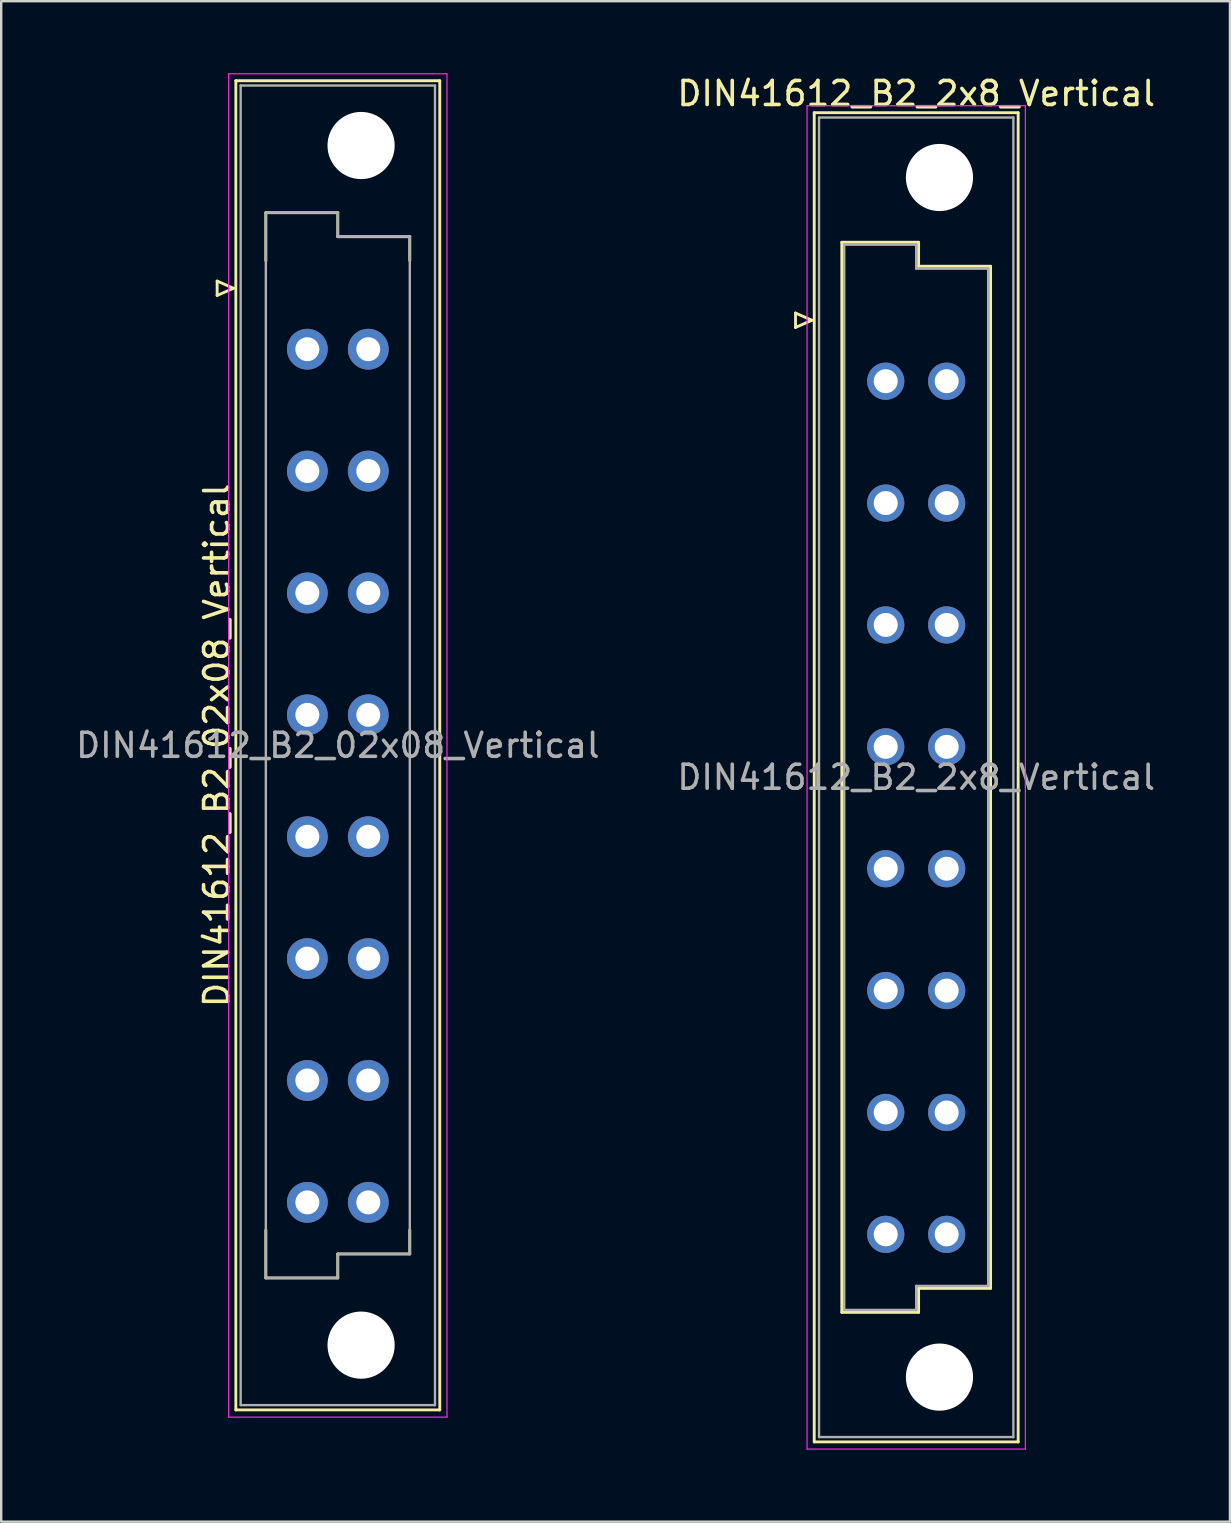
<source format=kicad_pcb>
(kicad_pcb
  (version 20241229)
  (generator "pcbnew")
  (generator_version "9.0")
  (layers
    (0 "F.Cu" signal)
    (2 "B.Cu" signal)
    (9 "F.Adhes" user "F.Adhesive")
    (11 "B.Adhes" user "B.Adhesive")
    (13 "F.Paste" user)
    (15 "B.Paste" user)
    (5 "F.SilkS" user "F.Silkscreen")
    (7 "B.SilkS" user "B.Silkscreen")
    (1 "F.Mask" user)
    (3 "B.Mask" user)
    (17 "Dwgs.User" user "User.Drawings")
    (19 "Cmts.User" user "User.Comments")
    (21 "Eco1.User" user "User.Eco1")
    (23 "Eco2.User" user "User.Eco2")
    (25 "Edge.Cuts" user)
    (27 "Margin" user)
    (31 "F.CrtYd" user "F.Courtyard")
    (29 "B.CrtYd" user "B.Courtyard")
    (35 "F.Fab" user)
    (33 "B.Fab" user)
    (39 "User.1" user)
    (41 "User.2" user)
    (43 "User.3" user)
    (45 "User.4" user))
  (footprint "DIN41612_B2_2x8_Vertical"
    (layer "F.Cu")
    (at 33.867 10.298)
    (property "Reference" "DIN41612_B2_2x8_Vertical" (at 1.27 -9.45 0) (layer "F.SilkS") (effects (font (size 1 1) (thickness 0.15))))
    (attr through_hole)
    (fp_line (start -3.76 -0.3) (end -3.76 0.3) (stroke (width 0.12) (type solid)) (layer "F.SilkS"))
    (fp_line (start -3.76 0.3) (end -3.08 0) (stroke (width 0.12) (type solid)) (layer "F.SilkS"))
    (fp_line (start -3.08 0) (end -3.76 -0.3) (stroke (width 0.12) (type solid)) (layer "F.SilkS"))
    (fp_line (start -2.98 -8.65) (end 5.52 -8.65) (stroke (width 0.12) (type solid)) (layer "F.SilkS"))
    (fp_line (start -2.98 46.75) (end -2.98 -8.65) (stroke (width 0.12) (type solid)) (layer "F.SilkS"))
    (fp_line (start -1.83 -3.25) (end 1.37 -3.25) (stroke (width 0.12) (type solid)) (layer "F.SilkS"))
    (fp_line (start -1.83 41.35) (end -1.83 -3.25) (stroke (width 0.12) (type solid)) (layer "F.SilkS"))
    (fp_line (start 1.37 -3.25) (end 1.37 -2.25) (stroke (width 0.12) (type solid)) (layer "F.SilkS"))
    (fp_line (start 1.37 -2.25) (end 4.37 -2.25) (stroke (width 0.12) (type solid)) (layer "F.SilkS"))
    (fp_line (start 1.37 40.35) (end 1.37 41.35) (stroke (width 0.12) (type solid)) (layer "F.SilkS"))
    (fp_line (start 1.37 41.35) (end -1.83 41.35) (stroke (width 0.12) (type solid)) (layer "F.SilkS"))
    (fp_line (start 4.37 -2.25) (end 4.37 40.35) (stroke (width 0.12) (type solid)) (layer "F.SilkS"))
    (fp_line (start 4.37 40.35) (end 1.37 40.35) (stroke (width 0.12) (type solid)) (layer "F.SilkS"))
    (fp_line (start 5.52 -8.65) (end 5.52 46.75) (stroke (width 0.12) (type solid)) (layer "F.SilkS"))
    (fp_line (start 5.52 46.75) (end -2.98 46.75) (stroke (width 0.12) (type solid)) (layer "F.SilkS"))
    (fp_line (start -3.28 -8.94) (end 5.82 -8.94) (stroke (width 0.05) (type solid)) (layer "F.CrtYd"))
    (fp_line (start -3.28 47.05) (end -3.28 -8.94) (stroke (width 0.05) (type solid)) (layer "F.CrtYd"))
    (fp_line (start 5.82 -8.94) (end 5.82 47.05) (stroke (width 0.05) (type solid)) (layer "F.CrtYd"))
    (fp_line (start 5.82 47.05) (end -3.28 47.05) (stroke (width 0.05) (type solid)) (layer "F.CrtYd"))
    (fp_line (start -2.78 -8.45) (end 5.32 -8.45) (stroke (width 0.1) (type solid)) (layer "F.Fab"))
    (fp_line (start -2.78 46.55) (end -2.78 -8.45) (stroke (width 0.1) (type solid)) (layer "F.Fab"))
    (fp_line (start -1.73 -3.15) (end 1.27 -3.15) (stroke (width 0.1) (type solid)) (layer "F.Fab"))
    (fp_line (start -1.73 41.25) (end -1.73 -3.15) (stroke (width 0.1) (type solid)) (layer "F.Fab"))
    (fp_line (start 1.27 -3.15) (end 1.27 -2.15) (stroke (width 0.1) (type solid)) (layer "F.Fab"))
    (fp_line (start 1.27 -2.15) (end 4.27 -2.15) (stroke (width 0.1) (type solid)) (layer "F.Fab"))
    (fp_line (start 1.27 40.25) (end 1.27 41.25) (stroke (width 0.1) (type solid)) (layer "F.Fab"))
    (fp_line (start 1.27 41.25) (end -1.73 41.25) (stroke (width 0.1) (type solid)) (layer "F.Fab"))
    (fp_line (start 4.27 -2.15) (end 4.27 40.25) (stroke (width 0.1) (type solid)) (layer "F.Fab"))
    (fp_line (start 4.27 40.25) (end 1.27 40.25) (stroke (width 0.1) (type solid)) (layer "F.Fab"))
    (fp_line (start 5.32 -8.45) (end 5.32 46.55) (stroke (width 0.1) (type solid)) (layer "F.Fab"))
    (fp_line (start 5.32 46.55) (end -2.78 46.55) (stroke (width 0.1) (type solid)) (layer "F.Fab"))
    (fp_text user "${REFERENCE}" (at 1.27 19.05 0) (layer "F.Fab") (effects (font (size 1 1) (thickness 0.15))))
    (pad "" np_thru_hole circle (at 2.24 -5.95) (size 2.8 2.8) (drill 2.8) (layers "*.Cu" "*.Mask"))
    (pad "" np_thru_hole circle (at 2.24 44.05) (size 2.8 2.8) (drill 2.8) (layers "*.Cu" "*.Mask"))
    (pad "a2" thru_hole circle (at 0 2.54) (size 1.55 1.55) (drill 1) (layers "*.Cu" "*.Mask"))
    (pad "a4" thru_hole circle (at 0 7.62) (size 1.55 1.55) (drill 1) (layers "*.Cu" "*.Mask"))
    (pad "a6" thru_hole circle (at 0 12.7) (size 1.55 1.55) (drill 1) (layers "*.Cu" "*.Mask"))
    (pad "a8" thru_hole circle (at 0 17.78) (size 1.55 1.55) (drill 1) (layers "*.Cu" "*.Mask"))
    (pad "a10" thru_hole circle (at 0 22.86) (size 1.55 1.55) (drill 1) (layers "*.Cu" "*.Mask"))
    (pad "a12" thru_hole circle (at 0 27.94) (size 1.55 1.55) (drill 1) (layers "*.Cu" "*.Mask"))
    (pad "a14" thru_hole circle (at 0 33.02) (size 1.55 1.55) (drill 1) (layers "*.Cu" "*.Mask"))
    (pad "a16" thru_hole circle (at 0 38.1) (size 1.55 1.55) (drill 1) (layers "*.Cu" "*.Mask"))
    (pad "b2" thru_hole circle (at 2.54 2.54) (size 1.55 1.55) (drill 1) (layers "*.Cu" "*.Mask"))
    (pad "b4" thru_hole circle (at 2.54 7.62) (size 1.55 1.55) (drill 1) (layers "*.Cu" "*.Mask"))
    (pad "b6" thru_hole circle (at 2.54 12.7) (size 1.55 1.55) (drill 1) (layers "*.Cu" "*.Mask"))
    (pad "b8" thru_hole circle (at 2.54 17.78) (size 1.55 1.55) (drill 1) (layers "*.Cu" "*.Mask"))
    (pad "b10" thru_hole circle (at 2.54 22.86) (size 1.55 1.55) (drill 1) (layers "*.Cu" "*.Mask"))
    (pad "b12" thru_hole circle (at 2.54 27.94) (size 1.55 1.55) (drill 1) (layers "*.Cu" "*.Mask"))
    (pad "b14" thru_hole circle (at 2.54 33.02) (size 1.55 1.55) (drill 1) (layers "*.Cu" "*.Mask"))
    (pad "b16" thru_hole circle (at 2.54 38.1) (size 1.55 1.55) (drill 1) (layers "*.Cu" "*.Mask")))
  (footprint "DIN41612_B2_02x08_Vertical"
    (layer "F.Cu")
    (at 9.76 8.965)
    (property "Reference" "DIN41612_B2_02x08_Vertical" (at -3.78 19.05 90) (layer "F.SilkS") (effects (font (size 1 1) (thickness 0.15))))
    (attr through_hole)
    (fp_line (start -3.76 -0.3) (end -3.76 0.3) (stroke (width 0.12) (type solid)) (layer "F.SilkS"))
    (fp_line (start -3.76 0.3) (end -3.08 0) (stroke (width 0.12) (type solid)) (layer "F.SilkS"))
    (fp_line (start -3.08 0) (end -3.76 -0.3) (stroke (width 0.12) (type solid)) (layer "F.SilkS"))
    (fp_line (start -2.98 -8.65) (end 5.52 -8.65) (stroke (width 0.12) (type solid)) (layer "F.SilkS"))
    (fp_line (start -2.98 46.75) (end -2.98 -8.65) (stroke (width 0.12) (type solid)) (layer "F.SilkS"))
    (fp_line (start -1.73 -3.15) (end 1.27 -3.15) (stroke (width 0.12) (type solid)) (layer "F.SilkS"))
    (fp_line (start -1.73 -1.15) (end -1.73 -3.15) (stroke (width 0.12) (type solid)) (layer "F.SilkS"))
    (fp_line (start -1.73 39.25) (end -1.73 41.25) (stroke (width 0.12) (type solid)) (layer "F.SilkS"))
    (fp_line (start -1.73 41.25) (end 1.27 41.25) (stroke (width 0.12) (type solid)) (layer "F.SilkS"))
    (fp_line (start 1.27 -3.15) (end 1.27 -2.15) (stroke (width 0.12) (type solid)) (layer "F.SilkS"))
    (fp_line (start 1.27 -2.15) (end 4.27 -2.15) (stroke (width 0.12) (type solid)) (layer "F.SilkS"))
    (fp_line (start 1.27 40.25) (end 4.27 40.25) (stroke (width 0.12) (type solid)) (layer "F.SilkS"))
    (fp_line (start 1.27 41.25) (end 1.27 40.25) (stroke (width 0.12) (type solid)) (layer "F.SilkS"))
    (fp_line (start 4.27 -2.15) (end 4.27 -1.15) (stroke (width 0.12) (type solid)) (layer "F.SilkS"))
    (fp_line (start 4.27 40.25) (end 4.27 39.25) (stroke (width 0.12) (type solid)) (layer "F.SilkS"))
    (fp_line (start 5.52 -8.65) (end 5.52 46.75) (stroke (width 0.12) (type solid)) (layer "F.SilkS"))
    (fp_line (start 5.52 46.75) (end -2.98 46.75) (stroke (width 0.12) (type solid)) (layer "F.SilkS"))
    (fp_line (start -3.28 -8.94) (end 5.82 -8.94) (stroke (width 0.05) (type solid)) (layer "F.CrtYd"))
    (fp_line (start -3.28 47.05) (end -3.28 -8.94) (stroke (width 0.05) (type solid)) (layer "F.CrtYd"))
    (fp_line (start 5.82 -8.94) (end 5.82 47.05) (stroke (width 0.05) (type solid)) (layer "F.CrtYd"))
    (fp_line (start 5.82 47.05) (end -3.28 47.05) (stroke (width 0.05) (type solid)) (layer "F.CrtYd"))
    (fp_line (start -2.78 -8.45) (end 5.32 -8.45) (stroke (width 0.1) (type solid)) (layer "F.Fab"))
    (fp_line (start -2.78 46.55) (end -2.78 -8.45) (stroke (width 0.1) (type solid)) (layer "F.Fab"))
    (fp_line (start -1.73 -3.15) (end 1.27 -3.15) (stroke (width 0.1) (type solid)) (layer "F.Fab"))
    (fp_line (start -1.73 41.25) (end -1.73 -3.15) (stroke (width 0.1) (type solid)) (layer "F.Fab"))
    (fp_line (start 1.27 -3.15) (end 1.27 -2.15) (stroke (width 0.1) (type solid)) (layer "F.Fab"))
    (fp_line (start 1.27 -2.15) (end 4.27 -2.15) (stroke (width 0.1) (type solid)) (layer "F.Fab"))
    (fp_line (start 1.27 40.25) (end 1.27 41.25) (stroke (width 0.1) (type solid)) (layer "F.Fab"))
    (fp_line (start 1.27 41.25) (end -1.73 41.25) (stroke (width 0.1) (type solid)) (layer "F.Fab"))
    (fp_line (start 4.27 -2.15) (end 4.27 40.25) (stroke (width 0.1) (type solid)) (layer "F.Fab"))
    (fp_line (start 4.27 40.25) (end 1.27 40.25) (stroke (width 0.1) (type solid)) (layer "F.Fab"))
    (fp_line (start 5.32 -8.45) (end 5.32 46.55) (stroke (width 0.1) (type solid)) (layer "F.Fab"))
    (fp_line (start 5.32 46.55) (end -2.78 46.55) (stroke (width 0.1) (type solid)) (layer "F.Fab"))
    (fp_text user "${REFERENCE}" (at 1.27 19.05 0) (layer "F.Fab") (effects (font (size 1 1) (thickness 0.15))))
    (pad "" np_thru_hole circle (at 2.24 -5.95) (size 2.8 2.8) (drill 2.8) (layers "*.Cu" "*.Mask"))
    (pad "" np_thru_hole circle (at 2.24 44.05) (size 2.8 2.8) (drill 2.8) (layers "*.Cu" "*.Mask"))
    (pad "a2" thru_hole circle (at 0 2.54) (size 1.7 1.7) (drill 1) (layers "*.Cu" "*.Mask"))
    (pad "a4" thru_hole circle (at 0 7.62) (size 1.7 1.7) (drill 1) (layers "*.Cu" "*.Mask"))
    (pad "a6" thru_hole circle (at 0 12.7) (size 1.7 1.7) (drill 1) (layers "*.Cu" "*.Mask"))
    (pad "a8" thru_hole circle (at 0 17.78) (size 1.7 1.7) (drill 1) (layers "*.Cu" "*.Mask"))
    (pad "a10" thru_hole circle (at 0 22.86) (size 1.7 1.7) (drill 1) (layers "*.Cu" "*.Mask"))
    (pad "a12" thru_hole circle (at 0 27.94) (size 1.7 1.7) (drill 1) (layers "*.Cu" "*.Mask"))
    (pad "a14" thru_hole circle (at 0 33.02) (size 1.7 1.7) (drill 1) (layers "*.Cu" "*.Mask"))
    (pad "a16" thru_hole circle (at 0 38.1) (size 1.7 1.7) (drill 1) (layers "*.Cu" "*.Mask"))
    (pad "b2" thru_hole circle (at 2.54 2.54) (size 1.7 1.7) (drill 1) (layers "*.Cu" "*.Mask"))
    (pad "b4" thru_hole circle (at 2.54 7.62) (size 1.7 1.7) (drill 1) (layers "*.Cu" "*.Mask"))
    (pad "b6" thru_hole circle (at 2.54 12.7) (size 1.7 1.7) (drill 1) (layers "*.Cu" "*.Mask"))
    (pad "b8" thru_hole circle (at 2.54 17.78) (size 1.7 1.7) (drill 1) (layers "*.Cu" "*.Mask"))
    (pad "b10" thru_hole circle (at 2.54 22.86) (size 1.7 1.7) (drill 1) (layers "*.Cu" "*.Mask"))
    (pad "b12" thru_hole circle (at 2.54 27.94) (size 1.7 1.7) (drill 1) (layers "*.Cu" "*.Mask"))
    (pad "b14" thru_hole circle (at 2.54 33.02) (size 1.7 1.7) (drill 1) (layers "*.Cu" "*.Mask"))
    (pad "b16" thru_hole circle (at 2.54 38.1) (size 1.7 1.7) (drill 1) (layers "*.Cu" "*.Mask")))
  (gr_rect
    (start -3 -3)
    (end 48.214 60.373)
    (stroke (width 0.1) (type default))
    (fill no)
    (layer "Edge.Cuts")))
</source>
